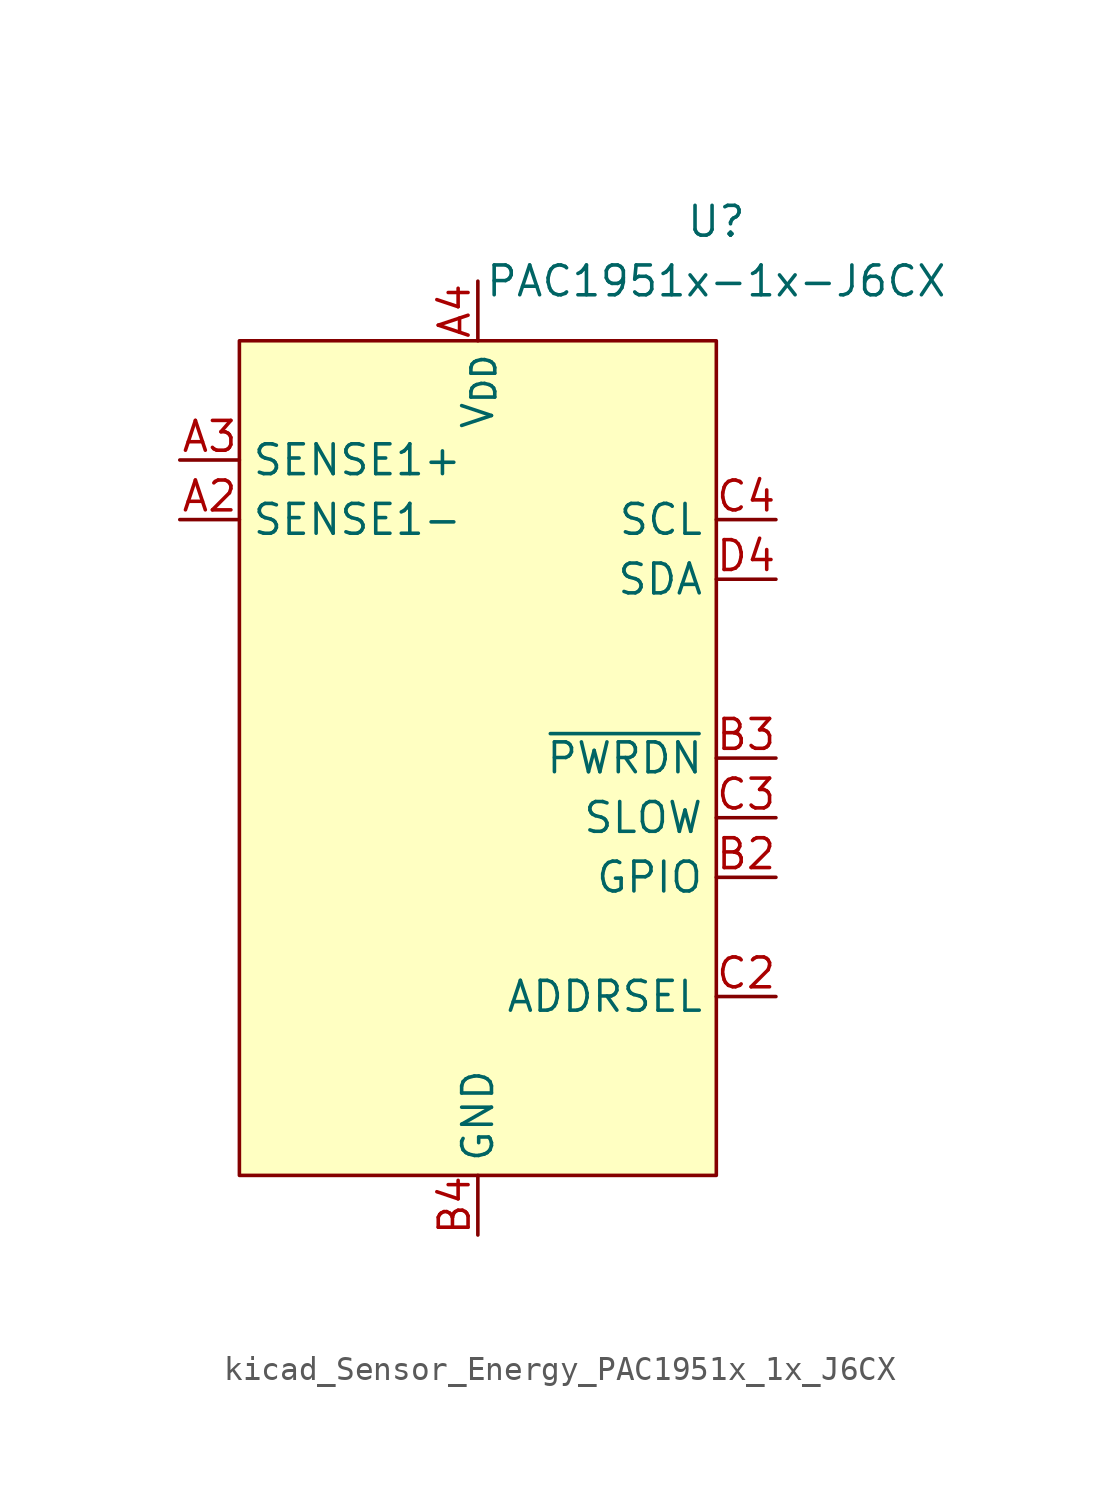
<source format=kicad_sym>
(kicad_symbol_lib
  (version 20220914)
  (generator kicad_symbol_editor)
  (symbol "kicad_Sensor_Energy_PAC1951x_1x_J6CX"
    (property "Reference" "U"
      (at 10.16 22.86 0)
      (effects (font (size 1.27 1.27))))
    (property "Value" "PAC1951x-1x-J6CX"
      (at 10.16 20.32 0)
      (effects (font (size 1.27 1.27))))
    (symbol "kicad_Sensor_Energy_PAC1951x_1x_J6CX_0_0"
      (pin passive line (at 0 -20.32 90) (length 2.54) hide (name "GND" (effects (font (size 1.27 1.27)))) (number "A1" (effects (font (size 1.27 1.27)))))
      (pin input line (at -12.7 10.16 0) (length 2.54) (name "SENSE1-" (effects (font (size 1.27 1.27)))) (number "A2" (effects (font (size 1.27 1.27)))))
      (pin input line (at -12.7 12.7 0) (length 2.54) (name "SENSE1+" (effects (font (size 1.27 1.27)))) (number "A3" (effects (font (size 1.27 1.27)))))
      (pin power_in line (at 0 20.32 270) (length 2.54) (name "V_{DD}" (effects (font (size 1.27 1.27)))) (number "A4" (effects (font (size 1.27 1.27)))))
      (pin passive line (at 0 -20.32 90) (length 2.54) hide (name "GND" (effects (font (size 1.27 1.27)))) (number "B1" (effects (font (size 1.27 1.27)))))
      (pin bidirectional line (at 12.7 -5.08 180) (length 2.54) (name "GPIO" (effects (font (size 1.27 1.27)))) (number "B2" (effects (font (size 1.27 1.27)))) (alternate "~{ALERT2}" open_collector line))
      (pin input line (at 12.7 0 180) (length 2.54) (name "~{PWRDN}" (effects (font (size 1.27 1.27)))) (number "B3" (effects (font (size 1.27 1.27)))))
      (pin power_in line (at 0 -20.32 90) (length 2.54) (name "GND" (effects (font (size 1.27 1.27)))) (number "B4" (effects (font (size 1.27 1.27)))))
      (pin passive line (at 0 -20.32 90) (length 2.54) hide (name "GND" (effects (font (size 1.27 1.27)))) (number "C1" (effects (font (size 1.27 1.27)))))
      (pin passive line (at 12.7 -10.16 180) (length 2.54) (name "ADDRSEL" (effects (font (size 1.27 1.27)))) (number "C2" (effects (font (size 1.27 1.27)))))
      (pin input line (at 12.7 -2.54 180) (length 2.54) (name "SLOW" (effects (font (size 1.27 1.27)))) (number "C3" (effects (font (size 1.27 1.27)))) (alternate "GPIO" bidirectional line) (alternate "~{ALERT1}" open_collector line))
      (pin input line (at 12.7 10.16 180) (length 2.54) (name "SCL" (effects (font (size 1.27 1.27)))) (number "C4" (effects (font (size 1.27 1.27)))) (alternate "SM_CLK" input line))
      (pin passive line (at 0 -20.32 90) (length 2.54) hide (name "GND" (effects (font (size 1.27 1.27)))) (number "D1" (effects (font (size 1.27 1.27)))))
      (pin passive line (at 0 -20.32 90) (length 2.54) hide (name "GND" (effects (font (size 1.27 1.27)))) (number "D2" (effects (font (size 1.27 1.27)))))
      (pin passive line (at 0 -20.32 90) (length 2.54) hide (name "GND" (effects (font (size 1.27 1.27)))) (number "D3" (effects (font (size 1.27 1.27)))))
      (pin bidirectional line (at 12.7 7.62 180) (length 2.54) (name "SDA" (effects (font (size 1.27 1.27)))) (number "D4" (effects (font (size 1.27 1.27)))) (alternate "SM_DATA" bidirectional line)))
    (symbol "kicad_Sensor_Energy_PAC1951x_1x_J6CX_0_1"
      (rectangle (start -10.16 17.78) (end 10.16 -17.78) (stroke (width 0) (type default)) (fill (type background))))))
</source>
